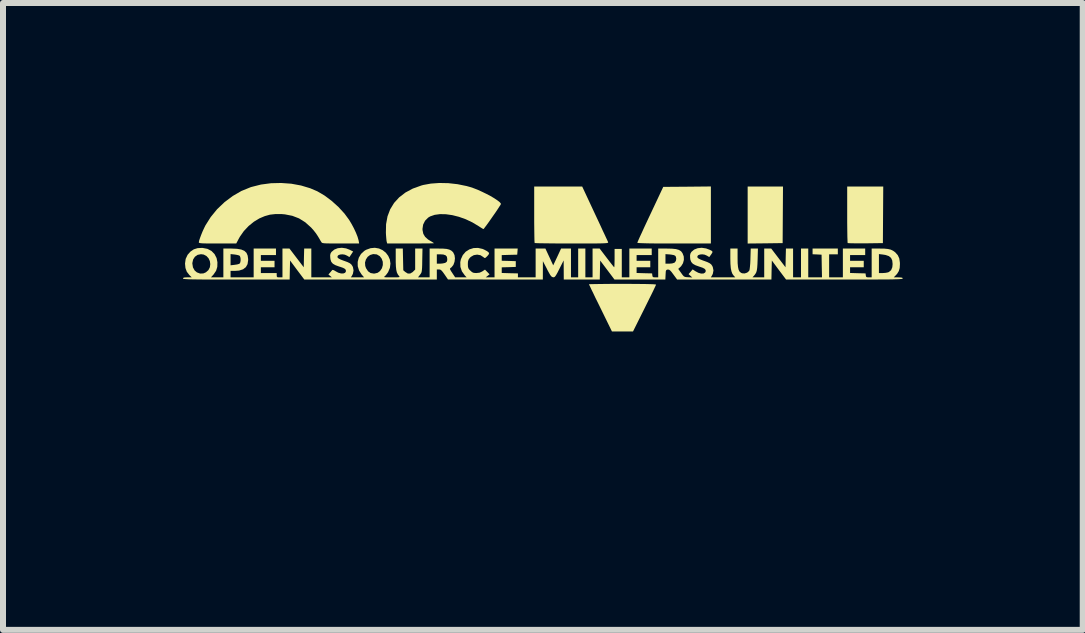
<source format=kicad_pcb>
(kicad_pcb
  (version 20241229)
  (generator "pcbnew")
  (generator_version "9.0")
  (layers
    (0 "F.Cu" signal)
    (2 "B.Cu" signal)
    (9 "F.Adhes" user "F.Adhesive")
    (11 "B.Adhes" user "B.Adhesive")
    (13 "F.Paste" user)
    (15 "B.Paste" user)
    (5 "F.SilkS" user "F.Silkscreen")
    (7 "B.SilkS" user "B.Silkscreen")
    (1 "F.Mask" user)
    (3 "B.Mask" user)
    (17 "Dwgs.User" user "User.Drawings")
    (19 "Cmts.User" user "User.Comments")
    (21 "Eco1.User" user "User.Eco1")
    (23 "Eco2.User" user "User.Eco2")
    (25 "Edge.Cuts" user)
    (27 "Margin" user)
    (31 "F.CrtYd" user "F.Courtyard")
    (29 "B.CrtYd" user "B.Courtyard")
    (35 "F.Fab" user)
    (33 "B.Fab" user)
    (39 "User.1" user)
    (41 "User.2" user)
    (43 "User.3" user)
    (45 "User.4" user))
  (footprint "osmu"
    (layer "F.Cu")
    (at 5.998 1.345)
    (property "Reference" "osmu" (at -2.3 1.7 0) (layer "User.1") (effects (font (size 1.5 1.5) (thickness 0.3))))
    (attr board_only exclude_from_pos_files exclude_from_bom)
    (fp_poly (pts (xy 4 -0.814) (xy 3.997 -0.343) (xy 3.705 -0.339) (xy 3.414 -0.336) (xy 3.414 -0.811) (xy 3.414 -1.286) (xy 3.709 -1.286) (xy 4.003 -1.286)) (stroke (width 0) (type solid)) (fill yes) (layer "F.SilkS"))
    (fp_poly (pts (xy 5.671 -0.814) (xy 5.668 -0.343) (xy 5.379 -0.339) (xy 5.297 -0.339) (xy 5.224 -0.339) (xy 5.163 -0.34) (xy 5.116 -0.341) (xy 5.088 -0.343) (xy 5.081 -0.344) (xy 5.079 -0.358) (xy 5.078 -0.393) (xy 5.076 -0.446) (xy 5.075 -0.516) (xy 5.074 -0.599) (xy 5.073 -0.693) (xy 5.073 -0.795) (xy 5.073 -0.819) (xy 5.073 -1.286) (xy 5.373 -1.286) (xy 5.674 -1.286)) (stroke (width 0) (type solid)) (fill yes) (layer "F.SilkS"))
    (fp_poly (pts (xy 2.801 -0.812) (xy 2.801 -0.337) (xy 2.188 -0.337) (xy 2.033 -0.337) (xy 1.902 -0.337) (xy 1.793 -0.338) (xy 1.707 -0.34) (xy 1.643 -0.342) (xy 1.6 -0.344) (xy 1.578 -0.347) (xy 1.575 -0.349) (xy 1.58 -0.363) (xy 1.594 -0.395) (xy 1.616 -0.445) (xy 1.646 -0.509) (xy 1.681 -0.586) (xy 1.722 -0.674) (xy 1.766 -0.768) (xy 1.791 -0.821) (xy 2.007 -1.28) (xy 2.404 -1.283) (xy 2.801 -1.287)) (stroke (width 0) (type solid)) (fill yes) (layer "F.SilkS"))
    (fp_poly (pts (xy 1.476 0.337) (xy 1.602 0.338) (xy 1.705 0.339) (xy 1.786 0.341) (xy 1.843 0.343) (xy 1.877 0.346) (xy 1.887 0.349) (xy 1.882 0.362) (xy 1.867 0.394) (xy 1.844 0.443) (xy 1.814 0.505) (xy 1.777 0.579) (xy 1.736 0.662) (xy 1.695 0.745) (xy 1.503 1.13) (xy 1.327 1.13) (xy 1.152 1.13) (xy 0.961 0.74) (xy 0.917 0.65) (xy 0.876 0.568) (xy 0.841 0.494) (xy 0.811 0.433) (xy 0.789 0.385) (xy 0.774 0.355) (xy 0.769 0.343) (xy 0.781 0.342) (xy 0.814 0.341) (xy 0.867 0.34) (xy 0.936 0.339) (xy 1.021 0.338) (xy 1.117 0.337) (xy 1.223 0.337) (xy 1.328 0.337)) (stroke (width 0) (type solid)) (fill yes) (layer "F.SilkS"))
    (fp_poly (pts (xy 0.868 -0.832) (xy 0.914 -0.734) (xy 0.957 -0.642) (xy 0.995 -0.559) (xy 1.029 -0.487) (xy 1.056 -0.429) (xy 1.076 -0.386) (xy 1.087 -0.362) (xy 1.088 -0.357) (xy 1.089 -0.353) (xy 1.086 -0.349) (xy 1.077 -0.346) (xy 1.06 -0.343) (xy 1.034 -0.341) (xy 0.996 -0.339) (xy 0.945 -0.338) (xy 0.879 -0.337) (xy 0.796 -0.337) (xy 0.693 -0.337) (xy 0.569 -0.337) (xy 0.484 -0.337) (xy 0.365 -0.337) (xy 0.253 -0.337) (xy 0.151 -0.338) (xy 0.061 -0.339) (xy -0.015 -0.34) (xy -0.075 -0.341) (xy -0.115 -0.343) (xy -0.135 -0.344) (xy -0.136 -0.345) (xy -0.138 -0.358) (xy -0.14 -0.393) (xy -0.141 -0.446) (xy -0.142 -0.516) (xy -0.143 -0.599) (xy -0.144 -0.693) (xy -0.144 -0.795) (xy -0.144 -0.819) (xy -0.144 -1.286) (xy 0.256 -1.286) (xy 0.656 -1.286)) (stroke (width 0) (type solid)) (fill yes) (layer "F.SilkS"))
    (fp_poly (pts (xy -4.193 -1.333) (xy -4.03 -1.303) (xy -3.877 -1.257) (xy -3.76 -1.207) (xy -3.639 -1.136) (xy -3.52 -1.047) (xy -3.407 -0.945) (xy -3.306 -0.835) (xy -3.228 -0.729) (xy -3.188 -0.662) (xy -3.149 -0.589) (xy -3.115 -0.516) (xy -3.088 -0.448) (xy -3.072 -0.392) (xy -3.069 -0.378) (xy -3.062 -0.337) (xy -3.37 -0.337) (xy -3.464 -0.337) (xy -3.537 -0.337) (xy -3.591 -0.338) (xy -3.63 -0.339) (xy -3.657 -0.342) (xy -3.674 -0.345) (xy -3.684 -0.351) (xy -3.69 -0.357) (xy -3.694 -0.364) (xy -3.709 -0.388) (xy -3.73 -0.425) (xy -3.752 -0.461) (xy -3.781 -0.505) (xy -3.821 -0.556) (xy -3.861 -0.601) (xy -3.862 -0.602) (xy -3.96 -0.69) (xy -4.064 -0.755) (xy -4.176 -0.798) (xy -4.299 -0.822) (xy -4.354 -0.827) (xy -4.458 -0.827) (xy -4.548 -0.817) (xy -4.634 -0.793) (xy -4.724 -0.755) (xy -4.815 -0.7) (xy -4.904 -0.628) (xy -4.984 -0.543) (xy -5.048 -0.452) (xy -5.064 -0.424) (xy -5.11 -0.337) (xy -5.422 -0.337) (xy -5.518 -0.337) (xy -5.592 -0.337) (xy -5.647 -0.338) (xy -5.687 -0.34) (xy -5.712 -0.343) (xy -5.727 -0.347) (xy -5.733 -0.351) (xy -5.734 -0.355) (xy -5.729 -0.383) (xy -5.715 -0.426) (xy -5.695 -0.48) (xy -5.671 -0.539) (xy -5.645 -0.595) (xy -5.625 -0.636) (xy -5.536 -0.777) (xy -5.429 -0.908) (xy -5.305 -1.026) (xy -5.169 -1.128) (xy -5.024 -1.212) (xy -4.872 -1.274) (xy -4.856 -1.279) (xy -4.698 -1.319) (xy -4.531 -1.341) (xy -4.362 -1.345)) (stroke (width 0) (type solid)) (fill yes) (layer "F.SilkS"))
    (fp_poly (pts (xy -1.575 -1.342) (xy -1.422 -1.325) (xy -1.271 -1.294) (xy -1.22 -1.28) (xy -1.156 -1.259) (xy -1.086 -1.232) (xy -1.014 -1.199) (xy -0.942 -1.164) (xy -0.873 -1.128) (xy -0.812 -1.092) (xy -0.761 -1.058) (xy -0.723 -1.029) (xy -0.702 -1.006) (xy -0.699 -0.994) (xy -0.707 -0.978) (xy -0.727 -0.948) (xy -0.754 -0.906) (xy -0.788 -0.855) (xy -0.826 -0.801) (xy -0.865 -0.745) (xy -0.902 -0.692) (xy -0.936 -0.645) (xy -0.964 -0.608) (xy -0.982 -0.584) (xy -0.989 -0.577) (xy -1.003 -0.583) (xy -1.031 -0.6) (xy -1.068 -0.624) (xy -1.072 -0.627) (xy -1.176 -0.689) (xy -1.286 -0.741) (xy -1.398 -0.781) (xy -1.509 -0.809) (xy -1.615 -0.824) (xy -1.714 -0.826) (xy -1.803 -0.814) (xy -1.878 -0.788) (xy -1.911 -0.768) (xy -1.963 -0.716) (xy -1.995 -0.652) (xy -2.006 -0.58) (xy -2.005 -0.559) (xy -1.992 -0.497) (xy -1.962 -0.447) (xy -1.913 -0.403) (xy -1.88 -0.383) (xy -1.846 -0.363) (xy -1.823 -0.348) (xy -1.815 -0.341) (xy -1.827 -0.34) (xy -1.859 -0.339) (xy -1.911 -0.338) (xy -1.977 -0.338) (xy -2.057 -0.337) (xy -2.146 -0.337) (xy -2.204 -0.337) (xy -2.594 -0.337) (xy -2.602 -0.364) (xy -2.606 -0.387) (xy -2.61 -0.427) (xy -2.614 -0.479) (xy -2.616 -0.517) (xy -2.613 -0.658) (xy -2.589 -0.789) (xy -2.544 -0.907) (xy -2.479 -1.013) (xy -2.394 -1.106) (xy -2.29 -1.186) (xy -2.167 -1.252) (xy -2.025 -1.303) (xy -1.993 -1.312) (xy -1.866 -1.335) (xy -1.725 -1.345)) (stroke (width 0) (type solid)) (fill yes) (layer "F.SilkS"))
    (fp_poly (pts (xy -3.28 -0.255) (xy -3.224 -0.234) (xy -3.162 -0.203) (xy -3.193 -0.156) (xy -3.224 -0.11) (xy -3.262 -0.133) (xy -3.3 -0.15) (xy -3.34 -0.156) (xy -3.377 -0.153) (xy -3.406 -0.143) (xy -3.422 -0.126) (xy -3.421 -0.103) (xy -3.418 -0.098) (xy -3.401 -0.085) (xy -3.368 -0.068) (xy -3.324 -0.051) (xy -3.315 -0.048) (xy -3.257 -0.027) (xy -3.218 -0.008) (xy -3.193 0.012) (xy -3.175 0.038) (xy -3.165 0.058) (xy -3.155 0.113) (xy -3.166 0.169) (xy -3.182 0.201) (xy -3.2 0.228) (xy -3.09 0.228) (xy -2.979 0.228) (xy -3.021 0.18) (xy -3.063 0.114) (xy -3.085 0.043) (xy -3.086 -0.019) (xy -2.964 -0.019) (xy -2.96 0.038) (xy -2.947 0.075) (xy -2.913 0.127) (xy -2.871 0.156) (xy -2.818 0.165) (xy -2.802 0.164) (xy -2.753 0.152) (xy -2.714 0.123) (xy -2.682 0.076) (xy -2.667 0.023) (xy -2.668 -0.032) (xy -2.686 -0.083) (xy -2.718 -0.125) (xy -2.763 -0.152) (xy -2.771 -0.155) (xy -2.828 -0.16) (xy -2.879 -0.145) (xy -2.92 -0.114) (xy -2.949 -0.07) (xy -2.964 -0.019) (xy -3.086 -0.019) (xy -3.086 -0.03) (xy -3.068 -0.099) (xy -3.031 -0.162) (xy -2.976 -0.213) (xy -2.947 -0.231) (xy -2.872 -0.258) (xy -2.8 -0.265) (xy -2.731 -0.253) (xy -2.67 -0.225) (xy -2.617 -0.183) (xy -2.577 -0.13) (xy -2.55 -0.069) (xy -2.54 -0.002) (xy -2.549 0.069) (xy -2.579 0.141) (xy -2.603 0.175) (xy -2.627 0.203) (xy -2.635 0.21) (xy -2.645 0.218) (xy -2.645 0.223) (xy -2.632 0.226) (xy -2.603 0.228) (xy -2.555 0.228) (xy -2.519 0.228) (xy -2.459 0.228) (xy -2.419 0.227) (xy -2.397 0.225) (xy -2.389 0.221) (xy -2.39 0.214) (xy -2.396 0.207) (xy -2.417 0.179) (xy -2.433 0.146) (xy -2.443 0.103) (xy -2.449 0.048) (xy -2.452 -0.025) (xy -2.452 -0.078) (xy -2.452 -0.252) (xy -2.393 -0.252) (xy -2.334 -0.252) (xy -2.33 -0.071) (xy -2.326 0.11) (xy -2.292 0.139) (xy -2.251 0.164) (xy -2.211 0.164) (xy -2.171 0.141) (xy -2.163 0.133) (xy -2.128 0.098) (xy -2.128 -0.077) (xy -2.128 -0.252) (xy -2.067 -0.252) (xy -2.006 -0.252) (xy -2.01 -0.056) (xy -2.011 0.017) (xy -2.013 0.07) (xy -2.016 0.107) (xy -2.02 0.134) (xy -2.026 0.153) (xy -2.036 0.169) (xy -2.047 0.184) (xy -2.081 0.228) (xy -1.984 0.228) (xy -1.887 0.228) (xy -1.887 -0.012) (xy -1.887 -0.156) (xy -1.767 -0.156) (xy -1.767 -0.078) (xy -1.767 0) (xy -1.71 -0.000177) (xy -1.669 -0.004) (xy -1.632 -0.012) (xy -1.623 -0.016) (xy -1.602 -0.031) (xy -1.594 -0.055) (xy -1.593 -0.078) (xy -1.599 -0.116) (xy -1.621 -0.14) (xy -1.66 -0.153) (xy -1.71 -0.156) (xy -1.767 -0.156) (xy -1.887 -0.156) (xy -1.887 -0.252) (xy -1.743 -0.252) (xy -1.663 -0.251) (xy -1.604 -0.246) (xy -1.56 -0.235) (xy -1.527 -0.219) (xy -1.5 -0.195) (xy -1.493 -0.186) (xy -1.472 -0.142) (xy -1.465 -0.088) (xy -1.472 -0.031) (xy -1.491 0.021) (xy -1.522 0.06) (xy -1.528 0.064) (xy -1.542 0.075) (xy -1.548 0.085) (xy -1.544 0.099) (xy -1.53 0.124) (xy -1.504 0.163) (xy -1.503 0.165) (xy -1.461 0.228) (xy -1.365 0.228) (xy -1.27 0.228) (xy -1.301 0.195) (xy -1.349 0.128) (xy -1.374 0.054) (xy -1.376 -0.025) (xy -1.366 -0.074) (xy -1.334 -0.143) (xy -1.286 -0.199) (xy -1.225 -0.238) (xy -1.155 -0.26) (xy -1.081 -0.263) (xy -1.005 -0.246) (xy -0.977 -0.234) (xy -0.93 -0.209) (xy -0.904 -0.189) (xy -0.896 -0.17) (xy -0.906 -0.149) (xy -0.925 -0.127) (xy -0.95 -0.103) (xy -0.964 -0.094) (xy -0.977 -0.098) (xy -0.99 -0.109) (xy -1.039 -0.141) (xy -1.095 -0.151) (xy -1.151 -0.142) (xy -1.201 -0.113) (xy -1.22 -0.094) (xy -1.239 -0.066) (xy -1.248 -0.034) (xy -1.25 0.008) (xy -1.248 0.049) (xy -1.241 0.077) (xy -1.223 0.102) (xy -1.209 0.115) (xy -1.18 0.141) (xy -1.152 0.153) (xy -1.114 0.156) (xy -1.109 0.156) (xy -1.054 0.15) (xy -1.009 0.129) (xy -1.007 0.127) (xy -0.964 0.099) (xy -0.926 0.138) (xy -0.888 0.177) (xy -0.92 0.203) (xy -0.953 0.228) (xy -0.879 0.228) (xy -0.805 0.228) (xy -0.805 -0.012) (xy -0.805 -0.252) (xy -0.612 -0.252) (xy -0.419 -0.252) (xy -0.423 -0.201) (xy -0.427 -0.15) (xy -0.556 -0.147) (xy -0.685 -0.143) (xy -0.685 -0.096) (xy -0.685 -0.049) (xy -0.568 -0.046) (xy -0.451 -0.042) (xy -0.451 0.006) (xy -0.451 0.054) (xy -0.568 0.058) (xy -0.685 0.061) (xy -0.685 0.108) (xy -0.685 0.155) (xy -0.55 0.159) (xy -0.415 0.162) (xy -0.415 0.195) (xy -0.416 0.228) (xy -0.268 0.228) (xy -0.12 0.228) (xy -0.12 -0.012) (xy -0.12 -0.252) (xy -0.039 -0.252) (xy 0.043 -0.252) (xy 0.108 -0.112) (xy 0.173 0.028) (xy 0.239 -0.112) (xy 0.304 -0.252) (xy 0.387 -0.252) (xy 0.469 -0.252) (xy 0.469 -0.012) (xy 0.469 0.228) (xy 0.529 0.228) (xy 0.589 0.228) (xy 0.589 -0.012) (xy 0.589 -0.252) (xy 0.649 -0.252) (xy 0.709 -0.252) (xy 0.709 -0.012) (xy 0.709 0.228) (xy 0.769 0.228) (xy 0.829 0.228) (xy 0.829 -0.012) (xy 0.829 -0.252) (xy 0.888 -0.252) (xy 0.947 -0.252) (xy 1.066 -0.096) (xy 1.106 -0.044) (xy 1.141 0.001) (xy 1.168 0.035) (xy 1.185 0.056) (xy 1.19 0.06) (xy 1.192 0.049) (xy 1.194 0.018) (xy 1.195 -0.028) (xy 1.196 -0.084) (xy 1.196 -0.093) (xy 1.196 -0.246) (xy 1.256 -0.246) (xy 1.316 -0.246) (xy 1.316 -0.009) (xy 1.316 0.228) (xy 1.379 0.228) (xy 1.442 0.228) (xy 1.442 -0.012) (xy 1.442 -0.252) (xy 1.629 -0.252) (xy 1.815 -0.252) (xy 1.815 -0.198) (xy 1.815 -0.144) (xy 1.689 -0.144) (xy 1.563 -0.144) (xy 1.563 -0.096) (xy 1.563 -0.048) (xy 1.677 -0.048) (xy 1.791 -0.048) (xy 1.791 0.006) (xy 1.791 0.06) (xy 1.677 0.06) (xy 1.563 0.06) (xy 1.563 0.108) (xy 1.563 0.155) (xy 1.692 0.159) (xy 1.821 0.162) (xy 1.825 0.195) (xy 1.83 0.217) (xy 1.844 0.226) (xy 1.873 0.228) (xy 1.876 0.228) (xy 1.923 0.228) (xy 1.923 -0.012) (xy 1.923 -0.159) (xy 2.044 -0.159) (xy 2.044 -0.08) (xy 2.044 0) (xy 2.107 0) (xy 2.155 -0.004) (xy 2.191 -0.015) (xy 2.197 -0.019) (xy 2.217 -0.045) (xy 2.224 -0.081) (xy 2.218 -0.115) (xy 2.205 -0.133) (xy 2.183 -0.143) (xy 2.146 -0.15) (xy 2.115 -0.154) (xy 2.044 -0.159) (xy 1.923 -0.159) (xy 1.923 -0.252) (xy 2.067 -0.252) (xy 2.154 -0.25) (xy 2.22 -0.243) (xy 2.269 -0.229) (xy 2.304 -0.207) (xy 2.328 -0.175) (xy 2.345 -0.131) (xy 2.349 -0.118) (xy 2.351 -0.063) (xy 2.336 -0.007) (xy 2.306 0.041) (xy 2.295 0.052) (xy 2.257 0.087) (xy 2.305 0.154) (xy 2.331 0.19) (xy 2.35 0.211) (xy 2.371 0.221) (xy 2.4 0.225) (xy 2.422 0.226) (xy 2.491 0.23) (xy 2.46 0.202) (xy 2.429 0.174) (xy 2.463 0.135) (xy 2.497 0.095) (xy 2.542 0.125) (xy 2.592 0.152) (xy 2.638 0.165) (xy 2.677 0.164) (xy 2.705 0.148) (xy 2.715 0.127) (xy 2.713 0.105) (xy 2.696 0.085) (xy 2.662 0.067) (xy 2.608 0.049) (xy 2.544 0.026) (xy 2.501 0.002) (xy 2.474 -0.028) (xy 2.459 -0.066) (xy 2.455 -0.097) (xy 2.454 -0.139) (xy 2.46 -0.168) (xy 2.475 -0.194) (xy 2.477 -0.197) (xy 2.522 -0.235) (xy 2.581 -0.258) (xy 2.649 -0.265) (xy 2.721 -0.254) (xy 2.775 -0.234) (xy 2.811 -0.217) (xy 2.827 -0.202) (xy 2.825 -0.184) (xy 2.807 -0.156) (xy 2.797 -0.142) (xy 2.774 -0.11) (xy 2.736 -0.133) (xy 2.698 -0.15) (xy 2.658 -0.156) (xy 2.621 -0.153) (xy 2.592 -0.143) (xy 2.576 -0.126) (xy 2.578 -0.103) (xy 2.58 -0.098) (xy 2.597 -0.085) (xy 2.631 -0.068) (xy 2.674 -0.051) (xy 2.684 -0.048) (xy 2.741 -0.027) (xy 2.78 -0.008) (xy 2.806 0.012) (xy 2.824 0.038) (xy 2.833 0.058) (xy 2.844 0.113) (xy 2.833 0.17) (xy 2.817 0.201) (xy 2.8 0.228) (xy 3.004 0.228) (xy 3.208 0.228) (xy 3.18 0.198) (xy 3.159 0.168) (xy 3.144 0.128) (xy 3.133 0.075) (xy 3.127 0.004) (xy 3.125 -0.086) (xy 3.125 -0.095) (xy 3.125 -0.252) (xy 3.186 -0.252) (xy 3.246 -0.252) (xy 3.246 -0.093) (xy 3.247 -0.009) (xy 3.253 0.055) (xy 3.263 0.1) (xy 3.279 0.132) (xy 3.302 0.151) (xy 3.321 0.16) (xy 3.364 0.163) (xy 3.406 0.149) (xy 3.437 0.122) (xy 3.441 0.116) (xy 3.447 0.094) (xy 3.452 0.052) (xy 3.457 -0.005) (xy 3.46 -0.072) (xy 3.46 -0.081) (xy 3.465 -0.252) (xy 3.525 -0.252) (xy 3.585 -0.252) (xy 3.58 -0.069) (xy 3.577 0.009) (xy 3.573 0.067) (xy 3.567 0.11) (xy 3.558 0.143) (xy 3.544 0.169) (xy 3.525 0.194) (xy 3.519 0.201) (xy 3.494 0.228) (xy 3.592 0.228) (xy 3.69 0.228) (xy 3.69 -0.012) (xy 3.69 -0.252) (xy 3.749 -0.252) (xy 3.807 -0.252) (xy 3.926 -0.096) (xy 4.045 0.06) (xy 4.048 -0.096) (xy 4.052 -0.252) (xy 4.111 -0.252) (xy 4.171 -0.252) (xy 4.171 -0.012) (xy 4.171 0.228) (xy 4.237 0.228) (xy 4.303 0.228) (xy 4.303 -0.012) (xy 4.303 -0.252) (xy 4.364 -0.252) (xy 4.424 -0.252) (xy 4.424 -0.012) (xy 4.424 0.228) (xy 4.538 0.228) (xy 4.653 0.228) (xy 4.649 0.039) (xy 4.646 -0.15) (xy 4.571 -0.154) (xy 4.496 -0.157) (xy 4.496 -0.205) (xy 4.496 -0.252) (xy 4.706 -0.252) (xy 4.917 -0.252) (xy 4.917 -0.204) (xy 4.917 -0.156) (xy 4.844 -0.156) (xy 4.772 -0.156) (xy 4.772 0.036) (xy 4.772 0.228) (xy 4.886 0.228) (xy 5.001 0.228) (xy 5.001 -0.012) (xy 5.001 -0.252) (xy 5.187 -0.252) (xy 5.373 -0.252) (xy 5.373 -0.198) (xy 5.373 -0.144) (xy 5.247 -0.144) (xy 5.121 -0.144) (xy 5.121 -0.096) (xy 5.121 -0.048) (xy 5.235 -0.048) (xy 5.349 -0.048) (xy 5.349 0.006) (xy 5.349 0.06) (xy 5.235 0.06) (xy 5.121 0.06) (xy 5.121 0.108) (xy 5.121 0.155) (xy 5.25 0.159) (xy 5.379 0.162) (xy 5.383 0.195) (xy 5.388 0.217) (xy 5.402 0.226) (xy 5.431 0.228) (xy 5.434 0.228) (xy 5.481 0.228) (xy 5.481 -0.012) (xy 5.481 -0.16) (xy 5.602 -0.16) (xy 5.602 -0.002) (xy 5.602 0.156) (xy 5.668 0.156) (xy 5.713 0.153) (xy 5.752 0.145) (xy 5.768 0.139) (xy 5.805 0.108) (xy 5.825 0.059) (xy 5.83 0.006) (xy 5.824 -0.053) (xy 5.804 -0.096) (xy 5.768 -0.126) (xy 5.713 -0.145) (xy 5.669 -0.152) (xy 5.602 -0.16) (xy 5.481 -0.16) (xy 5.481 -0.252) (xy 5.611 -0.252) (xy 5.691 -0.251) (xy 5.752 -0.245) (xy 5.799 -0.234) (xy 5.837 -0.216) (xy 5.872 -0.191) (xy 5.874 -0.189) (xy 5.916 -0.142) (xy 5.941 -0.088) (xy 5.951 -0.021) (xy 5.952 0.005) (xy 5.948 0.072) (xy 5.933 0.124) (xy 5.906 0.168) (xy 5.887 0.189) (xy 5.849 0.228) (xy 5.924 0.228) (xy 5.967 0.23) (xy 5.99 0.234) (xy 5.998 0.243) (xy 5.998 0.246) (xy 5.996 0.25) (xy 5.989 0.253) (xy 5.975 0.255) (xy 5.952 0.257) (xy 5.92 0.259) (xy 5.877 0.26) (xy 5.821 0.262) (xy 5.751 0.263) (xy 5.665 0.263) (xy 5.561 0.264) (xy 5.44 0.264) (xy 5.297 0.264) (xy 5.134 0.264) (xy 5.026 0.264) (xy 4.054 0.264) (xy 3.935 0.106) (xy 3.817 -0.053) (xy 3.813 0.106) (xy 3.81 0.264) (xy 3.024 0.264) (xy 2.238 0.264) (xy 2.176 0.18) (xy 2.145 0.138) (xy 2.122 0.113) (xy 2.105 0.101) (xy 2.087 0.098) (xy 2.082 0.098) (xy 2.065 0.102) (xy 2.055 0.111) (xy 2.049 0.13) (xy 2.047 0.167) (xy 2.046 0.183) (xy 2.042 0.264) (xy 1.618 0.264) (xy 1.194 0.264) (xy 1.075 0.106) (xy 0.956 -0.052) (xy 0.952 0.106) (xy 0.949 0.264) (xy 0.649 0.264) (xy 0.349 0.264) (xy 0.348 0.105) (xy 0.347 -0.054) (xy 0.275 0.088) (xy 0.246 0.146) (xy 0.224 0.185) (xy 0.208 0.209) (xy 0.195 0.222) (xy 0.183 0.227) (xy 0.171 0.226) (xy 0.156 0.222) (xy 0.141 0.211) (xy 0.124 0.189) (xy 0.103 0.153) (xy 0.074 0.1) (xy 0.07 0.09) (xy 0.001 -0.042) (xy 0.000477 0.111) (xy 0 0.264) (xy -0.79 0.264) (xy -1.581 0.263) (xy -1.638 0.18) (xy -1.668 0.138) (xy -1.69 0.113) (xy -1.708 0.1) (xy -1.727 0.096) (xy -1.731 0.096) (xy -1.767 0.096) (xy -1.767 0.18) (xy -1.767 0.264) (xy -2.872 0.264) (xy -3.976 0.264) (xy -4.095 0.106) (xy -4.213 -0.053) (xy -4.217 0.106) (xy -4.22 0.264) (xy -5.109 0.264) (xy -5.278 0.264) (xy -5.425 0.264) (xy -5.55 0.264) (xy -5.657 0.264) (xy -5.745 0.263) (xy -5.817 0.262) (xy -5.875 0.261) (xy -5.919 0.259) (xy -5.952 0.257) (xy -5.975 0.255) (xy -5.989 0.253) (xy -5.996 0.25) (xy -5.998 0.246) (xy -5.993 0.236) (xy -5.973 0.23) (xy -5.935 0.228) (xy -5.925 0.228) (xy -5.852 0.228) (xy -5.891 0.19) (xy -5.934 0.135) (xy -5.957 0.072) (xy -5.964 -0.001) (xy -5.964 -0.002) (xy -5.842 -0.002) (xy -5.832 0.062) (xy -5.803 0.114) (xy -5.766 0.145) (xy -5.712 0.165) (xy -5.657 0.162) (xy -5.616 0.144) (xy -5.574 0.107) (xy -5.55 0.06) (xy -5.543 0.008) (xy -5.55 -0.043) (xy -5.572 -0.09) (xy -5.607 -0.128) (xy -5.653 -0.152) (xy -5.698 -0.158) (xy -5.754 -0.147) (xy -5.799 -0.116) (xy -5.829 -0.07) (xy -5.842 -0.011) (xy -5.842 -0.002) (xy -5.964 -0.002) (xy -5.953 -0.08) (xy -5.921 -0.148) (xy -5.874 -0.201) (xy -5.818 -0.239) (xy -5.755 -0.259) (xy -5.679 -0.263) (xy -5.668 -0.262) (xy -5.59 -0.247) (xy -5.523 -0.212) (xy -5.472 -0.16) (xy -5.438 -0.094) (xy -5.424 -0.024) (xy -5.426 0.053) (xy -5.446 0.118) (xy -5.486 0.177) (xy -5.49 0.182) (xy -5.532 0.228) (xy -5.429 0.228) (xy -5.325 0.228) (xy -5.325 -0.012) (xy -5.325 -0.16) (xy -5.205 -0.16) (xy -5.205 -0.066) (xy -5.205 0.027) (xy -5.137 0.019) (xy -5.096 0.013) (xy -5.065 0.004) (xy -5.053 -0.002) (xy -5.042 -0.024) (xy -5.037 -0.058) (xy -5.039 -0.095) (xy -5.048 -0.124) (xy -5.054 -0.132) (xy -5.075 -0.141) (xy -5.111 -0.149) (xy -5.138 -0.153) (xy -5.205 -0.16) (xy -5.325 -0.16) (xy -5.325 -0.252) (xy -5.19 -0.252) (xy -5.098 -0.248) (xy -5.027 -0.236) (xy -4.975 -0.214) (xy -4.94 -0.181) (xy -4.92 -0.135) (xy -4.912 -0.076) (xy -4.912 -0.059) (xy -4.922 0.008) (xy -4.95 0.058) (xy -4.997 0.094) (xy -5.063 0.115) (xy -5.133 0.12) (xy -5.205 0.12) (xy -5.205 0.174) (xy -5.205 0.228) (xy -5.013 0.228) (xy -4.82 0.228) (xy -4.82 -0.012) (xy -4.82 -0.252) (xy -4.634 -0.252) (xy -4.448 -0.252) (xy -4.448 -0.198) (xy -4.448 -0.144) (xy -4.574 -0.144) (xy -4.7 -0.144) (xy -4.7 -0.096) (xy -4.7 -0.048) (xy -4.586 -0.048) (xy -4.472 -0.048) (xy -4.472 0.006) (xy -4.472 0.06) (xy -4.586 0.06) (xy -4.7 0.06) (xy -4.7 0.108) (xy -4.7 0.156) (xy -4.568 0.156) (xy -4.436 0.156) (xy -4.436 0.192) (xy -4.434 0.215) (xy -4.423 0.226) (xy -4.398 0.228) (xy -4.388 0.228) (xy -4.34 0.228) (xy -4.34 -0.012) (xy -4.34 -0.252) (xy -4.281 -0.252) (xy -4.223 -0.252) (xy -4.104 -0.096) (xy -3.985 0.06) (xy -3.982 -0.096) (xy -3.978 -0.252) (xy -3.918 -0.252) (xy -3.859 -0.252) (xy -3.859 -0.012) (xy -3.859 0.228) (xy -3.687 0.228) (xy -3.516 0.228) (xy -3.545 0.204) (xy -3.574 0.18) (xy -3.545 0.147) (xy -3.524 0.122) (xy -3.51 0.106) (xy -3.509 0.104) (xy -3.495 0.105) (xy -3.47 0.116) (xy -3.456 0.125) (xy -3.41 0.15) (xy -3.364 0.163) (xy -3.325 0.163) (xy -3.296 0.152) (xy -3.282 0.128) (xy -3.282 0.121) (xy -3.286 0.101) (xy -3.301 0.085) (xy -3.331 0.069) (xy -3.38 0.052) (xy -3.394 0.048) (xy -3.457 0.025) (xy -3.499 0.001) (xy -3.526 -0.03) (xy -3.539 -0.069) (xy -3.543 -0.097) (xy -3.545 -0.139) (xy -3.539 -0.168) (xy -3.524 -0.194) (xy -3.521 -0.197) (xy -3.476 -0.235) (xy -3.418 -0.258) (xy -3.35 -0.265)) (stroke (width 0) (type solid)) (fill yes) (layer "F.SilkS")))
  (gr_rect
    (start -3 -3)
    (end 14.997 7.449)
    (stroke (width 0.1) (type default))
    (fill no)
    (layer "Edge.Cuts")))
</source>
